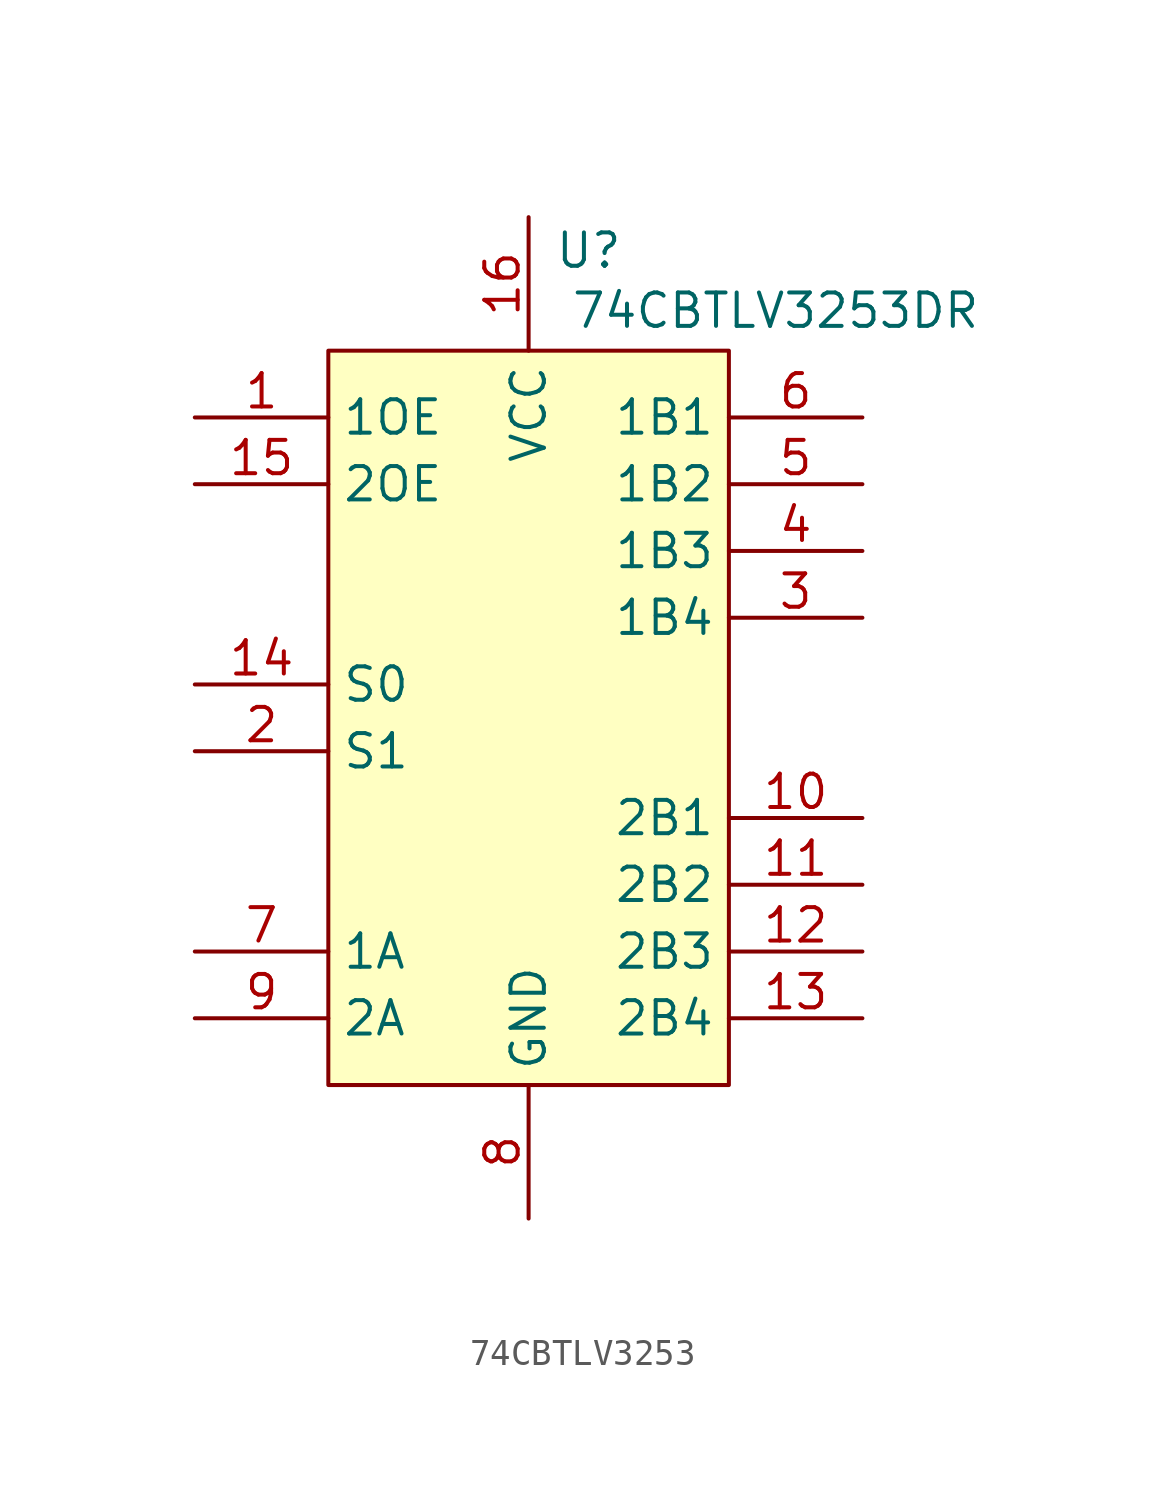
<source format=kicad_sym>
(kicad_symbol_lib
  (version 20231120)
  (generator "kicad_symbol_editor")
  (generator_version "8.0")
  (symbol "74CBTLV3253"
    (property "Reference" "U"
      (at 2.286 17.78 0)
      (effects (font (size 1.27 1.27))))
    (property "Value" "74CBTLV3253DR"
      (at 9.398 15.494 0)
      (effects (font (size 1.27 1.27))))
    (symbol "74CBTLV3253_1_1"
      (rectangle (start -7.62 13.97) (end 7.62 -13.97) (stroke (width 0) (type default)) (fill (type background)))
      (pin input line (at -12.7 11.43 0) (length 5.08) (name "1OE" (effects (font (size 1.27 1.27)))) (number "1" (effects (font (size 1.27 1.27)))))
      (pin bidirectional line (at 12.7 -3.81 180) (length 5.08) (name "2B1" (effects (font (size 1.27 1.27)))) (number "10" (effects (font (size 1.27 1.27)))))
      (pin bidirectional line (at 12.7 -6.35 180) (length 5.08) (name "2B2" (effects (font (size 1.27 1.27)))) (number "11" (effects (font (size 1.27 1.27)))))
      (pin bidirectional line (at 12.7 -8.89 180) (length 5.08) (name "2B3" (effects (font (size 1.27 1.27)))) (number "12" (effects (font (size 1.27 1.27)))))
      (pin bidirectional line (at 12.7 -11.43 180) (length 5.08) (name "2B4" (effects (font (size 1.27 1.27)))) (number "13" (effects (font (size 1.27 1.27)))))
      (pin input line (at -12.7 1.27 0) (length 5.08) (name "S0" (effects (font (size 1.27 1.27)))) (number "14" (effects (font (size 1.27 1.27)))))
      (pin input line (at -12.7 8.89 0) (length 5.08) (name "2OE" (effects (font (size 1.27 1.27)))) (number "15" (effects (font (size 1.27 1.27)))))
      (pin power_in line (at 0 19.05 270) (length 5.08) (name "VCC" (effects (font (size 1.27 1.27)))) (number "16" (effects (font (size 1.27 1.27)))))
      (pin input line (at -12.7 -1.27 0) (length 5.08) (name "S1" (effects (font (size 1.27 1.27)))) (number "2" (effects (font (size 1.27 1.27)))))
      (pin bidirectional line (at 12.7 3.81 180) (length 5.08) (name "1B4" (effects (font (size 1.27 1.27)))) (number "3" (effects (font (size 1.27 1.27)))))
      (pin bidirectional line (at 12.7 6.35 180) (length 5.08) (name "1B3" (effects (font (size 1.27 1.27)))) (number "4" (effects (font (size 1.27 1.27)))))
      (pin bidirectional line (at 12.7 8.89 180) (length 5.08) (name "1B2" (effects (font (size 1.27 1.27)))) (number "5" (effects (font (size 1.27 1.27)))))
      (pin bidirectional line (at 12.7 11.43 180) (length 5.08) (name "1B1" (effects (font (size 1.27 1.27)))) (number "6" (effects (font (size 1.27 1.27)))))
      (pin bidirectional line (at -12.7 -8.89 0) (length 5.08) (name "1A" (effects (font (size 1.27 1.27)))) (number "7" (effects (font (size 1.27 1.27)))))
      (pin power_in line (at 0 -19.05 90) (length 5.08) (name "GND" (effects (font (size 1.27 1.27)))) (number "8" (effects (font (size 1.27 1.27)))))
      (pin bidirectional line (at -12.7 -11.43 0) (length 5.08) (name "2A" (effects (font (size 1.27 1.27)))) (number "9" (effects (font (size 1.27 1.27))))))))
</source>
